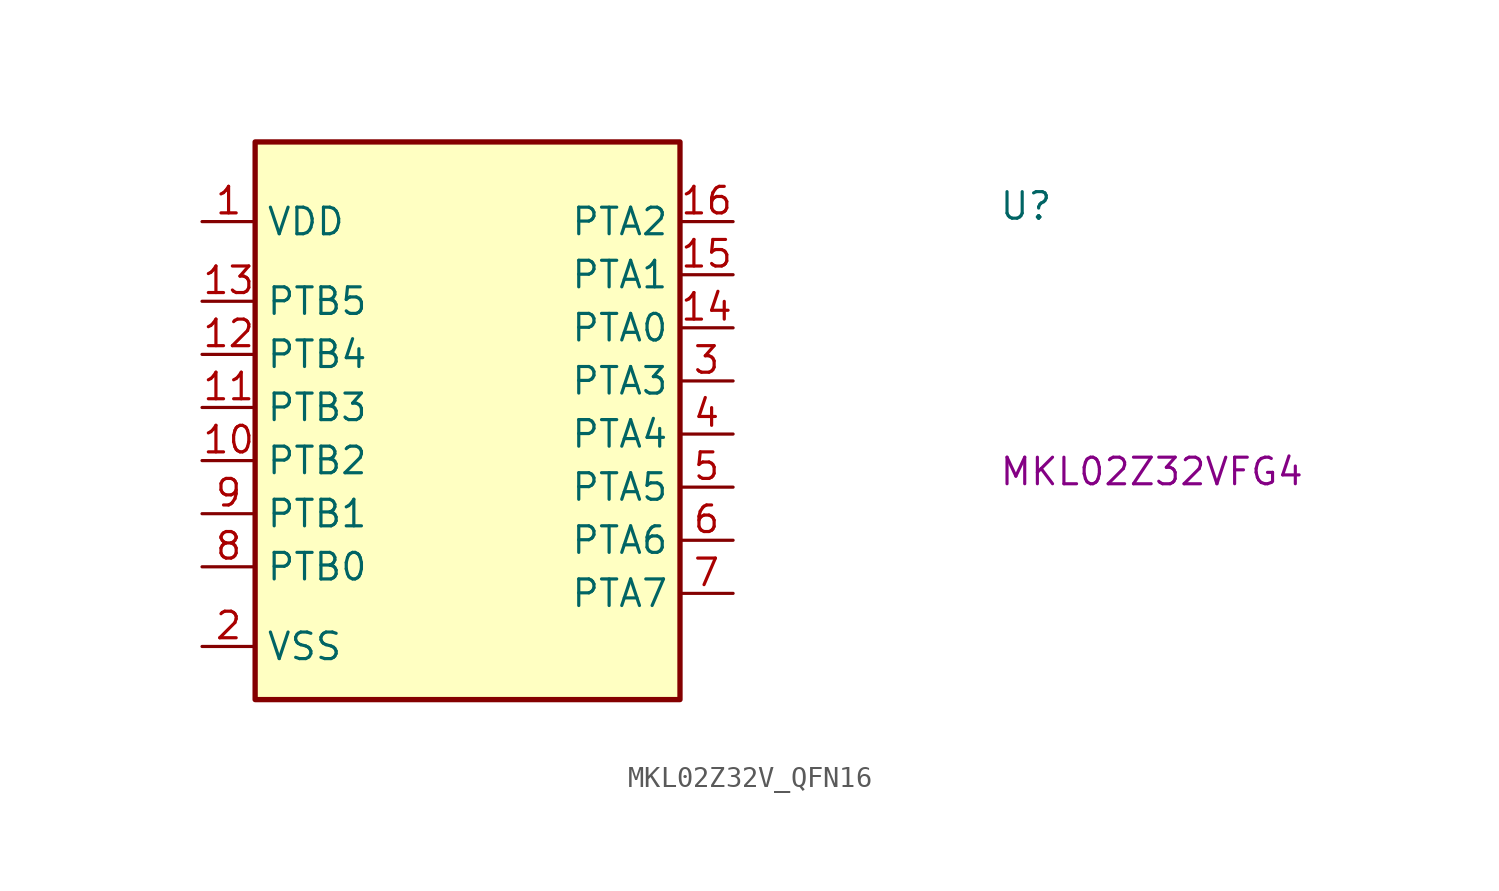
<source format=kicad_sym>
(kicad_symbol_lib
  (version 20220914)
  (generator kicad_symbol_editor)
  (symbol "MKL02Z32V_QFN16"
    (property "Reference" "U"
      (at 38.1 0 0)
      (effects (font (size 1.27 1.27) (thickness 0.15)) (justify left bottom)))
    (property "MPN" "MKL02Z32VFG4"
      (at 38.1 -12.7 0)
      (effects (font (size 1.27 1.27) (thickness 0.15)) (justify left bottom)))
    (symbol "MKL02Z32V_QFN16_1_1"
      (rectangle (start 2.54 3.81) (end 22.86 -22.86) (stroke (width 0.254) (type default)) (fill (type background)))
      (pin power_in line (at 0 0 0) (length 2.54) (name "VDD" (effects (font (size 1.27 1.27)))) (number "1" (effects (font (size 1.27 1.27)))) (alternate "VREFH" power_in line))
      (pin bidirectional line (at 0 -11.43 0) (length 2.54) (name "PTB2" (effects (font (size 1.27 1.27)))) (number "10" (effects (font (size 1.27 1.27)))) (alternate "ADC0_SE4" input line) (alternate "IRQ_7" input line) (alternate "UART0_RX" input line) (alternate "UART0_TX" output line))
      (pin bidirectional line (at 0 -8.89 0) (length 2.54) (name "PTB3" (effects (font (size 1.27 1.27)))) (number "11" (effects (font (size 1.27 1.27)))) (alternate "I2C0_SCL" open_collector line) (alternate "IRQ_10" input line) (alternate "UART0_TX" input line))
      (pin bidirectional line (at 0 -6.35 0) (length 2.54) (name "PTB4" (effects (font (size 1.27 1.27)))) (number "12" (effects (font (size 1.27 1.27)))) (alternate "I2C0_SDA" open_collector line) (alternate "IRQ_11" input line) (alternate "UART0_RX" output line))
      (pin bidirectional line (at 0 -3.81 0) (length 2.54) (name "PTB5" (effects (font (size 1.27 1.27)))) (number "13" (effects (font (size 1.27 1.27)))) (alternate "ADC0_SE1" input line) (alternate "CMP0_IN1" input line) (alternate "IRQ_12" passive line) (alternate "TPM1_CH1" input line) (alternate "~{NMI}" input line))
      (pin bidirectional line (at 25.4 -5.08 180) (length 2.54) (name "PTA0" (effects (font (size 1.27 1.27)))) (number "14" (effects (font (size 1.27 1.27)))) (alternate "ADC0_SE12" input line) (alternate "CMP0_IN2" input line) (alternate "IRQ_0" input line) (alternate "SWDCLK" passive line) (alternate "TPM1_CH0" input line))
      (pin bidirectional line (at 25.4 -2.54 180) (length 2.54) (name "PTA1" (effects (font (size 1.27 1.27)))) (number "15" (effects (font (size 1.27 1.27)))) (alternate "IRQ_1" input line) (alternate "LPTMR0_ALT1" input line) (alternate "TPM_CLKIN0" input line) (alternate "~{RESET_b}" input line))
      (pin bidirectional line (at 25.4 0 180) (length 2.54) (name "PTA2" (effects (font (size 1.27 1.27)))) (number "16" (effects (font (size 1.27 1.27)))) (alternate "CMP0_OUT" output line) (alternate "SWDIO" bidirectional line))
      (pin power_in line (at 0 -20.32 0) (length 2.54) (name "VSS" (effects (font (size 1.27 1.27)))) (number "2" (effects (font (size 1.27 1.27)))) (alternate "VREFL" power_in line))
      (pin bidirectional line (at 25.4 -7.62 180) (length 2.54) (name "PTA3" (effects (font (size 1.27 1.27)))) (number "3" (effects (font (size 1.27 1.27)))) (alternate "EXTAL0" passive line) (alternate "I2C0_SCL" open_collector line) (alternate "I2C1_SDA" open_collector line))
      (pin bidirectional line (at 25.4 -10.16 180) (length 2.54) (name "PTA4" (effects (font (size 1.27 1.27)))) (number "4" (effects (font (size 1.27 1.27)))) (alternate "I2C0_SDA" open_collector line) (alternate "I2C1_SCL" open_collector line) (alternate "XTAL0" passive line))
      (pin bidirectional line (at 25.4 -12.7 180) (length 2.54) (name "PTA5" (effects (font (size 1.27 1.27)))) (number "5" (effects (font (size 1.27 1.27)))) (alternate "SPI0_SS" output line) (alternate "TPM0_CH1" input line))
      (pin bidirectional line (at 25.4 -15.24 180) (length 2.54) (name "PTA6" (effects (font (size 1.27 1.27)))) (number "6" (effects (font (size 1.27 1.27)))) (alternate "SPI0_MISO" input line) (alternate "TPM0_CH0" input line))
      (pin bidirectional line (at 25.4 -17.78 180) (length 2.54) (name "PTA7" (effects (font (size 1.27 1.27)))) (number "7" (effects (font (size 1.27 1.27)))) (alternate "ADC0_SE7" input line) (alternate "IRQ_4" input line) (alternate "SPI0_MISO" input line) (alternate "SPI0_MOSI" output line))
      (pin bidirectional line (at 0 -16.51 0) (length 2.54) (name "PTB0" (effects (font (size 1.27 1.27)))) (number "8" (effects (font (size 1.27 1.27)))) (alternate "ADC0_SE6" input line) (alternate "EXTRG_IN" input line) (alternate "IRQ_5" input line) (alternate "SPI0_SCK" bidirectional line))
      (pin bidirectional line (at 0 -13.97 0) (length 2.54) (name "PTB1" (effects (font (size 1.27 1.27)))) (number "9" (effects (font (size 1.27 1.27)))) (alternate "ADC0_SE5" input line) (alternate "CMP0_IN3" input line) (alternate "IRQ_6" input line) (alternate "UART0_RX" input line) (alternate "UART0_TX" output line)))))
</source>
